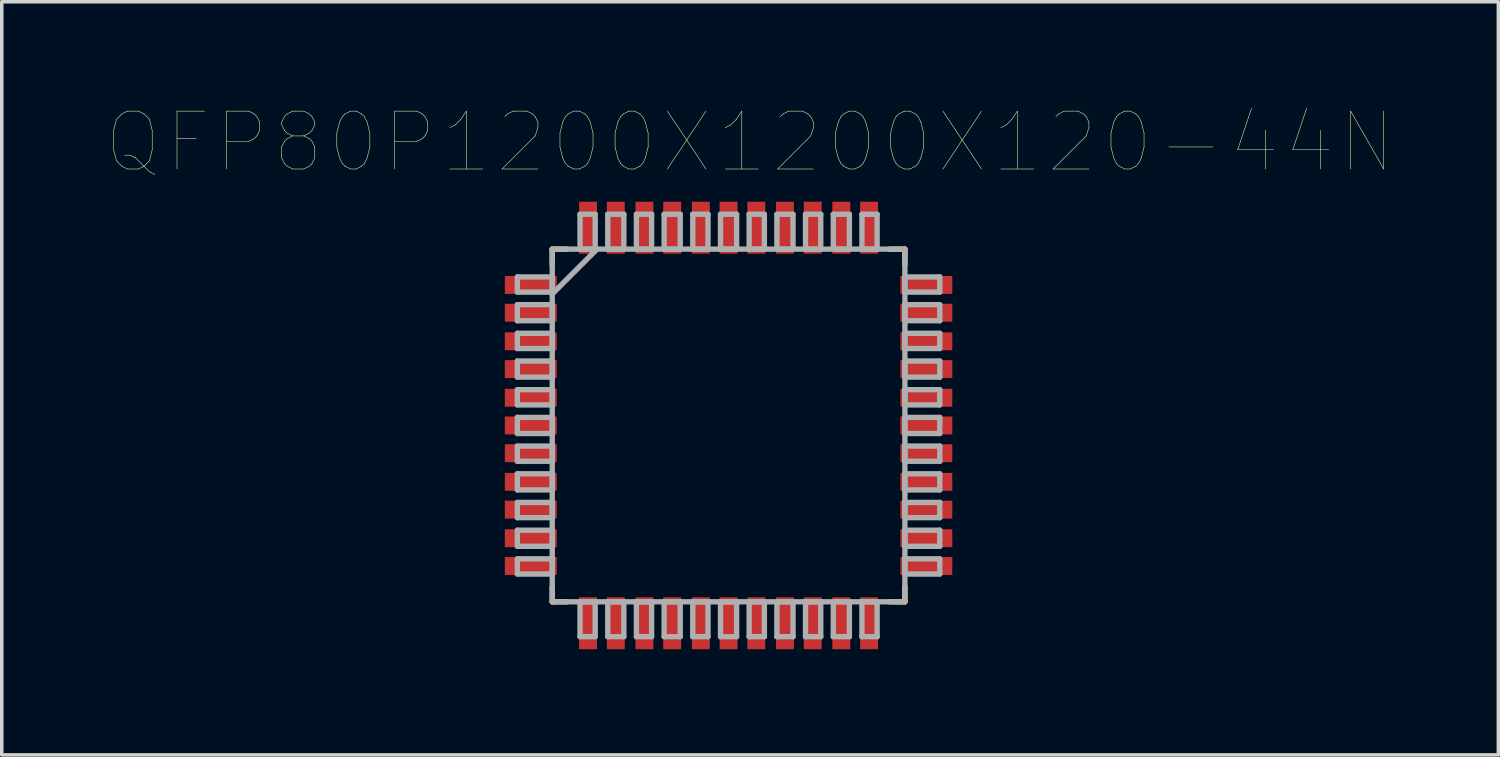
<source format=kicad_pcb>
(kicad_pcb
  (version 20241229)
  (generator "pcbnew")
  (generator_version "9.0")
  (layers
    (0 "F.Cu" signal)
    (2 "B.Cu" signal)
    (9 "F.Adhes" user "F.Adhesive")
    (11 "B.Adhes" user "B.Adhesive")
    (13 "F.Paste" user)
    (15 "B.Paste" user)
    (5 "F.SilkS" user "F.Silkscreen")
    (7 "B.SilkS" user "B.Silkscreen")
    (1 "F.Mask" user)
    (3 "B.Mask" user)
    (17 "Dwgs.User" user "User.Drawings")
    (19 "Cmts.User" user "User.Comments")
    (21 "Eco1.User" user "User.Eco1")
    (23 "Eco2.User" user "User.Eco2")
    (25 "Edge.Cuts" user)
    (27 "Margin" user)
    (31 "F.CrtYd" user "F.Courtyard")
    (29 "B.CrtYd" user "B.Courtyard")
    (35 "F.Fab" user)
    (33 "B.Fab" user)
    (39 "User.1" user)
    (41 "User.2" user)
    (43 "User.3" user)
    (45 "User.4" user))
  (footprint "QFP80P1200X1200X120-44N"
    (layer "F.Cu")
    (at 17.627 9.025)
    (property "Reference" "QFP80P1200X1200X120-44N" (at 0.61 -8.038 0) (layer "F.SilkS") (effects (font (size 1.642 1.642) (thickness 0.015))))
    (attr through_hole)
    (fp_line (start -5.004 -5.004) (end -5.004 -4.572) (stroke (width 0.152) (type solid)) (layer "F.SilkS"))
    (fp_line (start -5.004 4.572) (end -5.004 5.004) (stroke (width 0.152) (type solid)) (layer "F.SilkS"))
    (fp_line (start -5.004 5.004) (end -4.572 5.004) (stroke (width 0.152) (type solid)) (layer "F.SilkS"))
    (fp_line (start -4.572 -5.004) (end -5.004 -5.004) (stroke (width 0.152) (type solid)) (layer "F.SilkS"))
    (fp_line (start 4.572 5.004) (end 5.004 5.004) (stroke (width 0.152) (type solid)) (layer "F.SilkS"))
    (fp_line (start 5.004 -5.004) (end 4.572 -5.004) (stroke (width 0.152) (type solid)) (layer "F.SilkS"))
    (fp_line (start 5.004 -4.572) (end 5.004 -5.004) (stroke (width 0.152) (type solid)) (layer "F.SilkS"))
    (fp_line (start 5.004 5.004) (end 5.004 4.572) (stroke (width 0.152) (type solid)) (layer "F.SilkS"))
    (fp_line (start -5.994 -4.216) (end -5.994 -3.785) (stroke (width 0.152) (type solid)) (layer "F.Fab"))
    (fp_line (start -5.994 -3.785) (end -5.004 -3.785) (stroke (width 0.152) (type solid)) (layer "F.Fab"))
    (fp_line (start -5.994 -3.429) (end -5.994 -2.972) (stroke (width 0.152) (type solid)) (layer "F.Fab"))
    (fp_line (start -5.994 -2.972) (end -5.004 -2.972) (stroke (width 0.152) (type solid)) (layer "F.Fab"))
    (fp_line (start -5.994 -2.616) (end -5.994 -2.184) (stroke (width 0.152) (type solid)) (layer "F.Fab"))
    (fp_line (start -5.994 -2.184) (end -5.004 -2.184) (stroke (width 0.152) (type solid)) (layer "F.Fab"))
    (fp_line (start -5.994 -1.829) (end -5.994 -1.372) (stroke (width 0.152) (type solid)) (layer "F.Fab"))
    (fp_line (start -5.994 -1.372) (end -5.004 -1.372) (stroke (width 0.152) (type solid)) (layer "F.Fab"))
    (fp_line (start -5.994 -1.016) (end -5.994 -0.584) (stroke (width 0.152) (type solid)) (layer "F.Fab"))
    (fp_line (start -5.994 -0.584) (end -5.004 -0.584) (stroke (width 0.152) (type solid)) (layer "F.Fab"))
    (fp_line (start -5.994 -0.229) (end -5.994 0.229) (stroke (width 0.152) (type solid)) (layer "F.Fab"))
    (fp_line (start -5.994 0.229) (end -5.004 0.229) (stroke (width 0.152) (type solid)) (layer "F.Fab"))
    (fp_line (start -5.994 0.584) (end -5.994 1.016) (stroke (width 0.152) (type solid)) (layer "F.Fab"))
    (fp_line (start -5.994 1.016) (end -5.004 1.016) (stroke (width 0.152) (type solid)) (layer "F.Fab"))
    (fp_line (start -5.994 1.372) (end -5.994 1.829) (stroke (width 0.152) (type solid)) (layer "F.Fab"))
    (fp_line (start -5.994 1.829) (end -5.004 1.829) (stroke (width 0.152) (type solid)) (layer "F.Fab"))
    (fp_line (start -5.994 2.184) (end -5.994 2.616) (stroke (width 0.152) (type solid)) (layer "F.Fab"))
    (fp_line (start -5.994 2.616) (end -5.004 2.616) (stroke (width 0.152) (type solid)) (layer "F.Fab"))
    (fp_line (start -5.994 2.972) (end -5.994 3.429) (stroke (width 0.152) (type solid)) (layer "F.Fab"))
    (fp_line (start -5.994 3.429) (end -5.004 3.429) (stroke (width 0.152) (type solid)) (layer "F.Fab"))
    (fp_line (start -5.994 3.785) (end -5.994 4.216) (stroke (width 0.152) (type solid)) (layer "F.Fab"))
    (fp_line (start -5.994 4.216) (end -5.004 4.216) (stroke (width 0.152) (type solid)) (layer "F.Fab"))
    (fp_line (start -5.004 -5.004) (end -5.004 5.004) (stroke (width 0.152) (type solid)) (layer "F.Fab"))
    (fp_line (start -5.004 -4.216) (end -5.994 -4.216) (stroke (width 0.152) (type solid)) (layer "F.Fab"))
    (fp_line (start -5.004 -3.785) (end -5.004 -4.216) (stroke (width 0.152) (type solid)) (layer "F.Fab"))
    (fp_line (start -5.004 -3.734) (end -3.734 -5.004) (stroke (width 0.152) (type solid)) (layer "F.Fab"))
    (fp_line (start -5.004 -3.429) (end -5.994 -3.429) (stroke (width 0.152) (type solid)) (layer "F.Fab"))
    (fp_line (start -5.004 -2.972) (end -5.004 -3.429) (stroke (width 0.152) (type solid)) (layer "F.Fab"))
    (fp_line (start -5.004 -2.616) (end -5.994 -2.616) (stroke (width 0.152) (type solid)) (layer "F.Fab"))
    (fp_line (start -5.004 -2.184) (end -5.004 -2.616) (stroke (width 0.152) (type solid)) (layer "F.Fab"))
    (fp_line (start -5.004 -1.829) (end -5.994 -1.829) (stroke (width 0.152) (type solid)) (layer "F.Fab"))
    (fp_line (start -5.004 -1.372) (end -5.004 -1.829) (stroke (width 0.152) (type solid)) (layer "F.Fab"))
    (fp_line (start -5.004 -1.016) (end -5.994 -1.016) (stroke (width 0.152) (type solid)) (layer "F.Fab"))
    (fp_line (start -5.004 -0.584) (end -5.004 -1.016) (stroke (width 0.152) (type solid)) (layer "F.Fab"))
    (fp_line (start -5.004 -0.229) (end -5.994 -0.229) (stroke (width 0.152) (type solid)) (layer "F.Fab"))
    (fp_line (start -5.004 0.229) (end -5.004 -0.229) (stroke (width 0.152) (type solid)) (layer "F.Fab"))
    (fp_line (start -5.004 0.584) (end -5.994 0.584) (stroke (width 0.152) (type solid)) (layer "F.Fab"))
    (fp_line (start -5.004 1.016) (end -5.004 0.584) (stroke (width 0.152) (type solid)) (layer "F.Fab"))
    (fp_line (start -5.004 1.372) (end -5.994 1.372) (stroke (width 0.152) (type solid)) (layer "F.Fab"))
    (fp_line (start -5.004 1.829) (end -5.004 1.372) (stroke (width 0.152) (type solid)) (layer "F.Fab"))
    (fp_line (start -5.004 2.184) (end -5.994 2.184) (stroke (width 0.152) (type solid)) (layer "F.Fab"))
    (fp_line (start -5.004 2.616) (end -5.004 2.184) (stroke (width 0.152) (type solid)) (layer "F.Fab"))
    (fp_line (start -5.004 2.972) (end -5.994 2.972) (stroke (width 0.152) (type solid)) (layer "F.Fab"))
    (fp_line (start -5.004 3.429) (end -5.004 2.972) (stroke (width 0.152) (type solid)) (layer "F.Fab"))
    (fp_line (start -5.004 3.785) (end -5.994 3.785) (stroke (width 0.152) (type solid)) (layer "F.Fab"))
    (fp_line (start -5.004 4.216) (end -5.004 3.785) (stroke (width 0.152) (type solid)) (layer "F.Fab"))
    (fp_line (start -5.004 5.004) (end 5.004 5.004) (stroke (width 0.152) (type solid)) (layer "F.Fab"))
    (fp_line (start -4.216 -5.994) (end -4.216 -5.004) (stroke (width 0.152) (type solid)) (layer "F.Fab"))
    (fp_line (start -4.216 -5.004) (end -3.785 -5.004) (stroke (width 0.152) (type solid)) (layer "F.Fab"))
    (fp_line (start -4.216 5.004) (end -4.216 5.994) (stroke (width 0.152) (type solid)) (layer "F.Fab"))
    (fp_line (start -4.216 5.994) (end -3.785 5.994) (stroke (width 0.152) (type solid)) (layer "F.Fab"))
    (fp_line (start -3.785 -5.994) (end -4.216 -5.994) (stroke (width 0.152) (type solid)) (layer "F.Fab"))
    (fp_line (start -3.785 -5.004) (end -3.785 -5.994) (stroke (width 0.152) (type solid)) (layer "F.Fab"))
    (fp_line (start -3.785 5.004) (end -4.216 5.004) (stroke (width 0.152) (type solid)) (layer "F.Fab"))
    (fp_line (start -3.785 5.994) (end -3.785 5.004) (stroke (width 0.152) (type solid)) (layer "F.Fab"))
    (fp_line (start -3.429 -5.994) (end -3.429 -5.004) (stroke (width 0.152) (type solid)) (layer "F.Fab"))
    (fp_line (start -3.429 -5.004) (end -2.972 -5.004) (stroke (width 0.152) (type solid)) (layer "F.Fab"))
    (fp_line (start -3.429 5.004) (end -3.429 5.994) (stroke (width 0.152) (type solid)) (layer "F.Fab"))
    (fp_line (start -3.429 5.994) (end -2.972 5.994) (stroke (width 0.152) (type solid)) (layer "F.Fab"))
    (fp_line (start -2.972 -5.994) (end -3.429 -5.994) (stroke (width 0.152) (type solid)) (layer "F.Fab"))
    (fp_line (start -2.972 -5.004) (end -2.972 -5.994) (stroke (width 0.152) (type solid)) (layer "F.Fab"))
    (fp_line (start -2.972 5.004) (end -3.429 5.004) (stroke (width 0.152) (type solid)) (layer "F.Fab"))
    (fp_line (start -2.972 5.994) (end -2.972 5.004) (stroke (width 0.152) (type solid)) (layer "F.Fab"))
    (fp_line (start -2.616 -5.994) (end -2.616 -5.004) (stroke (width 0.152) (type solid)) (layer "F.Fab"))
    (fp_line (start -2.616 -5.004) (end -2.184 -5.004) (stroke (width 0.152) (type solid)) (layer "F.Fab"))
    (fp_line (start -2.616 5.004) (end -2.616 5.994) (stroke (width 0.152) (type solid)) (layer "F.Fab"))
    (fp_line (start -2.616 5.994) (end -2.184 5.994) (stroke (width 0.152) (type solid)) (layer "F.Fab"))
    (fp_line (start -2.184 -5.994) (end -2.616 -5.994) (stroke (width 0.152) (type solid)) (layer "F.Fab"))
    (fp_line (start -2.184 -5.004) (end -2.184 -5.994) (stroke (width 0.152) (type solid)) (layer "F.Fab"))
    (fp_line (start -2.184 5.004) (end -2.616 5.004) (stroke (width 0.152) (type solid)) (layer "F.Fab"))
    (fp_line (start -2.184 5.994) (end -2.184 5.004) (stroke (width 0.152) (type solid)) (layer "F.Fab"))
    (fp_line (start -1.829 -5.994) (end -1.829 -5.004) (stroke (width 0.152) (type solid)) (layer "F.Fab"))
    (fp_line (start -1.829 -5.004) (end -1.372 -5.004) (stroke (width 0.152) (type solid)) (layer "F.Fab"))
    (fp_line (start -1.829 5.004) (end -1.829 5.994) (stroke (width 0.152) (type solid)) (layer "F.Fab"))
    (fp_line (start -1.829 5.994) (end -1.372 5.994) (stroke (width 0.152) (type solid)) (layer "F.Fab"))
    (fp_line (start -1.372 -5.994) (end -1.829 -5.994) (stroke (width 0.152) (type solid)) (layer "F.Fab"))
    (fp_line (start -1.372 -5.004) (end -1.372 -5.994) (stroke (width 0.152) (type solid)) (layer "F.Fab"))
    (fp_line (start -1.372 5.004) (end -1.829 5.004) (stroke (width 0.152) (type solid)) (layer "F.Fab"))
    (fp_line (start -1.372 5.994) (end -1.372 5.004) (stroke (width 0.152) (type solid)) (layer "F.Fab"))
    (fp_line (start -1.016 -5.994) (end -1.016 -5.004) (stroke (width 0.152) (type solid)) (layer "F.Fab"))
    (fp_line (start -1.016 -5.004) (end -0.584 -5.004) (stroke (width 0.152) (type solid)) (layer "F.Fab"))
    (fp_line (start -1.016 5.004) (end -1.016 5.994) (stroke (width 0.152) (type solid)) (layer "F.Fab"))
    (fp_line (start -1.016 5.994) (end -0.584 5.994) (stroke (width 0.152) (type solid)) (layer "F.Fab"))
    (fp_line (start -0.584 -5.994) (end -1.016 -5.994) (stroke (width 0.152) (type solid)) (layer "F.Fab"))
    (fp_line (start -0.584 -5.004) (end -0.584 -5.994) (stroke (width 0.152) (type solid)) (layer "F.Fab"))
    (fp_line (start -0.584 5.004) (end -1.016 5.004) (stroke (width 0.152) (type solid)) (layer "F.Fab"))
    (fp_line (start -0.584 5.994) (end -0.584 5.004) (stroke (width 0.152) (type solid)) (layer "F.Fab"))
    (fp_line (start -0.229 -5.994) (end -0.229 -5.004) (stroke (width 0.152) (type solid)) (layer "F.Fab"))
    (fp_line (start -0.229 -5.004) (end 0.229 -5.004) (stroke (width 0.152) (type solid)) (layer "F.Fab"))
    (fp_line (start -0.229 5.004) (end -0.229 5.994) (stroke (width 0.152) (type solid)) (layer "F.Fab"))
    (fp_line (start -0.229 5.994) (end 0.229 5.994) (stroke (width 0.152) (type solid)) (layer "F.Fab"))
    (fp_line (start 0.229 -5.994) (end -0.229 -5.994) (stroke (width 0.152) (type solid)) (layer "F.Fab"))
    (fp_line (start 0.229 -5.004) (end 0.229 -5.994) (stroke (width 0.152) (type solid)) (layer "F.Fab"))
    (fp_line (start 0.229 5.004) (end -0.229 5.004) (stroke (width 0.152) (type solid)) (layer "F.Fab"))
    (fp_line (start 0.229 5.994) (end 0.229 5.004) (stroke (width 0.152) (type solid)) (layer "F.Fab"))
    (fp_line (start 0.584 -5.994) (end 0.584 -5.004) (stroke (width 0.152) (type solid)) (layer "F.Fab"))
    (fp_line (start 0.584 -5.004) (end 1.016 -5.004) (stroke (width 0.152) (type solid)) (layer "F.Fab"))
    (fp_line (start 0.584 5.004) (end 0.584 5.994) (stroke (width 0.152) (type solid)) (layer "F.Fab"))
    (fp_line (start 0.584 5.994) (end 1.016 5.994) (stroke (width 0.152) (type solid)) (layer "F.Fab"))
    (fp_line (start 1.016 -5.994) (end 0.584 -5.994) (stroke (width 0.152) (type solid)) (layer "F.Fab"))
    (fp_line (start 1.016 -5.004) (end 1.016 -5.994) (stroke (width 0.152) (type solid)) (layer "F.Fab"))
    (fp_line (start 1.016 5.004) (end 0.584 5.004) (stroke (width 0.152) (type solid)) (layer "F.Fab"))
    (fp_line (start 1.016 5.994) (end 1.016 5.004) (stroke (width 0.152) (type solid)) (layer "F.Fab"))
    (fp_line (start 1.372 -5.994) (end 1.372 -5.004) (stroke (width 0.152) (type solid)) (layer "F.Fab"))
    (fp_line (start 1.372 -5.004) (end 1.829 -5.004) (stroke (width 0.152) (type solid)) (layer "F.Fab"))
    (fp_line (start 1.372 5.004) (end 1.372 5.994) (stroke (width 0.152) (type solid)) (layer "F.Fab"))
    (fp_line (start 1.372 5.994) (end 1.829 5.994) (stroke (width 0.152) (type solid)) (layer "F.Fab"))
    (fp_line (start 1.829 -5.994) (end 1.372 -5.994) (stroke (width 0.152) (type solid)) (layer "F.Fab"))
    (fp_line (start 1.829 -5.004) (end 1.829 -5.994) (stroke (width 0.152) (type solid)) (layer "F.Fab"))
    (fp_line (start 1.829 5.004) (end 1.372 5.004) (stroke (width 0.152) (type solid)) (layer "F.Fab"))
    (fp_line (start 1.829 5.994) (end 1.829 5.004) (stroke (width 0.152) (type solid)) (layer "F.Fab"))
    (fp_line (start 2.184 -5.994) (end 2.184 -5.004) (stroke (width 0.152) (type solid)) (layer "F.Fab"))
    (fp_line (start 2.184 -5.004) (end 2.616 -5.004) (stroke (width 0.152) (type solid)) (layer "F.Fab"))
    (fp_line (start 2.184 5.004) (end 2.184 5.994) (stroke (width 0.152) (type solid)) (layer "F.Fab"))
    (fp_line (start 2.184 5.994) (end 2.616 5.994) (stroke (width 0.152) (type solid)) (layer "F.Fab"))
    (fp_line (start 2.616 -5.994) (end 2.184 -5.994) (stroke (width 0.152) (type solid)) (layer "F.Fab"))
    (fp_line (start 2.616 -5.004) (end 2.616 -5.994) (stroke (width 0.152) (type solid)) (layer "F.Fab"))
    (fp_line (start 2.616 5.004) (end 2.184 5.004) (stroke (width 0.152) (type solid)) (layer "F.Fab"))
    (fp_line (start 2.616 5.994) (end 2.616 5.004) (stroke (width 0.152) (type solid)) (layer "F.Fab"))
    (fp_line (start 2.972 -5.994) (end 2.972 -5.004) (stroke (width 0.152) (type solid)) (layer "F.Fab"))
    (fp_line (start 2.972 -5.004) (end 3.429 -5.004) (stroke (width 0.152) (type solid)) (layer "F.Fab"))
    (fp_line (start 2.972 5.004) (end 2.972 5.994) (stroke (width 0.152) (type solid)) (layer "F.Fab"))
    (fp_line (start 2.972 5.994) (end 3.429 5.994) (stroke (width 0.152) (type solid)) (layer "F.Fab"))
    (fp_line (start 3.429 -5.994) (end 2.972 -5.994) (stroke (width 0.152) (type solid)) (layer "F.Fab"))
    (fp_line (start 3.429 -5.004) (end 3.429 -5.994) (stroke (width 0.152) (type solid)) (layer "F.Fab"))
    (fp_line (start 3.429 5.004) (end 2.972 5.004) (stroke (width 0.152) (type solid)) (layer "F.Fab"))
    (fp_line (start 3.429 5.994) (end 3.429 5.004) (stroke (width 0.152) (type solid)) (layer "F.Fab"))
    (fp_line (start 3.785 -5.994) (end 3.785 -5.004) (stroke (width 0.152) (type solid)) (layer "F.Fab"))
    (fp_line (start 3.785 -5.004) (end 4.216 -5.004) (stroke (width 0.152) (type solid)) (layer "F.Fab"))
    (fp_line (start 3.785 5.004) (end 3.785 5.994) (stroke (width 0.152) (type solid)) (layer "F.Fab"))
    (fp_line (start 3.785 5.994) (end 4.216 5.994) (stroke (width 0.152) (type solid)) (layer "F.Fab"))
    (fp_line (start 4.216 -5.994) (end 3.785 -5.994) (stroke (width 0.152) (type solid)) (layer "F.Fab"))
    (fp_line (start 4.216 -5.004) (end 4.216 -5.994) (stroke (width 0.152) (type solid)) (layer "F.Fab"))
    (fp_line (start 4.216 5.004) (end 3.785 5.004) (stroke (width 0.152) (type solid)) (layer "F.Fab"))
    (fp_line (start 4.216 5.994) (end 4.216 5.004) (stroke (width 0.152) (type solid)) (layer "F.Fab"))
    (fp_line (start 5.004 -5.004) (end -5.004 -5.004) (stroke (width 0.152) (type solid)) (layer "F.Fab"))
    (fp_line (start 5.004 -4.216) (end 5.004 -3.785) (stroke (width 0.152) (type solid)) (layer "F.Fab"))
    (fp_line (start 5.004 -3.785) (end 5.994 -3.785) (stroke (width 0.152) (type solid)) (layer "F.Fab"))
    (fp_line (start 5.004 -3.429) (end 5.004 -2.972) (stroke (width 0.152) (type solid)) (layer "F.Fab"))
    (fp_line (start 5.004 -2.972) (end 5.994 -2.972) (stroke (width 0.152) (type solid)) (layer "F.Fab"))
    (fp_line (start 5.004 -2.616) (end 5.004 -2.184) (stroke (width 0.152) (type solid)) (layer "F.Fab"))
    (fp_line (start 5.004 -2.184) (end 5.994 -2.184) (stroke (width 0.152) (type solid)) (layer "F.Fab"))
    (fp_line (start 5.004 -1.829) (end 5.004 -1.372) (stroke (width 0.152) (type solid)) (layer "F.Fab"))
    (fp_line (start 5.004 -1.372) (end 5.994 -1.372) (stroke (width 0.152) (type solid)) (layer "F.Fab"))
    (fp_line (start 5.004 -1.016) (end 5.004 -0.584) (stroke (width 0.152) (type solid)) (layer "F.Fab"))
    (fp_line (start 5.004 -0.584) (end 5.994 -0.584) (stroke (width 0.152) (type solid)) (layer "F.Fab"))
    (fp_line (start 5.004 -0.229) (end 5.004 0.229) (stroke (width 0.152) (type solid)) (layer "F.Fab"))
    (fp_line (start 5.004 0.229) (end 5.994 0.229) (stroke (width 0.152) (type solid)) (layer "F.Fab"))
    (fp_line (start 5.004 0.584) (end 5.004 1.016) (stroke (width 0.152) (type solid)) (layer "F.Fab"))
    (fp_line (start 5.004 1.016) (end 5.994 1.016) (stroke (width 0.152) (type solid)) (layer "F.Fab"))
    (fp_line (start 5.004 1.372) (end 5.004 1.829) (stroke (width 0.152) (type solid)) (layer "F.Fab"))
    (fp_line (start 5.004 1.829) (end 5.994 1.829) (stroke (width 0.152) (type solid)) (layer "F.Fab"))
    (fp_line (start 5.004 2.184) (end 5.004 2.616) (stroke (width 0.152) (type solid)) (layer "F.Fab"))
    (fp_line (start 5.004 2.616) (end 5.994 2.616) (stroke (width 0.152) (type solid)) (layer "F.Fab"))
    (fp_line (start 5.004 2.972) (end 5.004 3.429) (stroke (width 0.152) (type solid)) (layer "F.Fab"))
    (fp_line (start 5.004 3.429) (end 5.994 3.429) (stroke (width 0.152) (type solid)) (layer "F.Fab"))
    (fp_line (start 5.004 3.785) (end 5.004 4.216) (stroke (width 0.152) (type solid)) (layer "F.Fab"))
    (fp_line (start 5.004 4.216) (end 5.994 4.216) (stroke (width 0.152) (type solid)) (layer "F.Fab"))
    (fp_line (start 5.004 5.004) (end 5.004 -5.004) (stroke (width 0.152) (type solid)) (layer "F.Fab"))
    (fp_line (start 5.994 -4.216) (end 5.004 -4.216) (stroke (width 0.152) (type solid)) (layer "F.Fab"))
    (fp_line (start 5.994 -3.785) (end 5.994 -4.216) (stroke (width 0.152) (type solid)) (layer "F.Fab"))
    (fp_line (start 5.994 -3.429) (end 5.004 -3.429) (stroke (width 0.152) (type solid)) (layer "F.Fab"))
    (fp_line (start 5.994 -2.972) (end 5.994 -3.429) (stroke (width 0.152) (type solid)) (layer "F.Fab"))
    (fp_line (start 5.994 -2.616) (end 5.004 -2.616) (stroke (width 0.152) (type solid)) (layer "F.Fab"))
    (fp_line (start 5.994 -2.184) (end 5.994 -2.616) (stroke (width 0.152) (type solid)) (layer "F.Fab"))
    (fp_line (start 5.994 -1.829) (end 5.004 -1.829) (stroke (width 0.152) (type solid)) (layer "F.Fab"))
    (fp_line (start 5.994 -1.372) (end 5.994 -1.829) (stroke (width 0.152) (type solid)) (layer "F.Fab"))
    (fp_line (start 5.994 -1.016) (end 5.004 -1.016) (stroke (width 0.152) (type solid)) (layer "F.Fab"))
    (fp_line (start 5.994 -0.584) (end 5.994 -1.016) (stroke (width 0.152) (type solid)) (layer "F.Fab"))
    (fp_line (start 5.994 -0.229) (end 5.004 -0.229) (stroke (width 0.152) (type solid)) (layer "F.Fab"))
    (fp_line (start 5.994 0.229) (end 5.994 -0.229) (stroke (width 0.152) (type solid)) (layer "F.Fab"))
    (fp_line (start 5.994 0.584) (end 5.004 0.584) (stroke (width 0.152) (type solid)) (layer "F.Fab"))
    (fp_line (start 5.994 1.016) (end 5.994 0.584) (stroke (width 0.152) (type solid)) (layer "F.Fab"))
    (fp_line (start 5.994 1.372) (end 5.004 1.372) (stroke (width 0.152) (type solid)) (layer "F.Fab"))
    (fp_line (start 5.994 1.829) (end 5.994 1.372) (stroke (width 0.152) (type solid)) (layer "F.Fab"))
    (fp_line (start 5.994 2.184) (end 5.004 2.184) (stroke (width 0.152) (type solid)) (layer "F.Fab"))
    (fp_line (start 5.994 2.616) (end 5.994 2.184) (stroke (width 0.152) (type solid)) (layer "F.Fab"))
    (fp_line (start 5.994 2.972) (end 5.004 2.972) (stroke (width 0.152) (type solid)) (layer "F.Fab"))
    (fp_line (start 5.994 3.429) (end 5.994 2.972) (stroke (width 0.152) (type solid)) (layer "F.Fab"))
    (fp_line (start 5.994 3.785) (end 5.004 3.785) (stroke (width 0.152) (type solid)) (layer "F.Fab"))
    (fp_line (start 5.994 4.216) (end 5.994 3.785) (stroke (width 0.152) (type solid)) (layer "F.Fab"))
    (pad "1" smd rect (at -5.613 -3.988) (size 1.473 0.508) (layers "F.Cu" "F.Mask" "F.Paste"))
    (pad "2" smd rect (at -5.613 -3.2) (size 1.473 0.508) (layers "F.Cu" "F.Mask" "F.Paste"))
    (pad "3" smd rect (at -5.613 -2.388) (size 1.473 0.508) (layers "F.Cu" "F.Mask" "F.Paste"))
    (pad "4" smd rect (at -5.613 -1.6) (size 1.473 0.508) (layers "F.Cu" "F.Mask" "F.Paste"))
    (pad "5" smd rect (at -5.613 -0.787) (size 1.473 0.508) (layers "F.Cu" "F.Mask" "F.Paste"))
    (pad "6" smd rect (at -5.613 0) (size 1.473 0.508) (layers "F.Cu" "F.Mask" "F.Paste"))
    (pad "7" smd rect (at -5.613 0.787) (size 1.473 0.508) (layers "F.Cu" "F.Mask" "F.Paste"))
    (pad "8" smd rect (at -5.613 1.6) (size 1.473 0.508) (layers "F.Cu" "F.Mask" "F.Paste"))
    (pad "9" smd rect (at -5.613 2.388) (size 1.473 0.508) (layers "F.Cu" "F.Mask" "F.Paste"))
    (pad "10" smd rect (at -5.613 3.2) (size 1.473 0.508) (layers "F.Cu" "F.Mask" "F.Paste"))
    (pad "11" smd rect (at -5.613 3.988) (size 1.473 0.508) (layers "F.Cu" "F.Mask" "F.Paste"))
    (pad "12" smd rect (at -3.988 5.613) (size 0.508 1.473) (layers "F.Cu" "F.Mask" "F.Paste"))
    (pad "13" smd rect (at -3.2 5.613) (size 0.508 1.473) (layers "F.Cu" "F.Mask" "F.Paste"))
    (pad "14" smd rect (at -2.388 5.613) (size 0.508 1.473) (layers "F.Cu" "F.Mask" "F.Paste"))
    (pad "15" smd rect (at -1.6 5.613) (size 0.508 1.473) (layers "F.Cu" "F.Mask" "F.Paste"))
    (pad "16" smd rect (at -0.787 5.613) (size 0.508 1.473) (layers "F.Cu" "F.Mask" "F.Paste"))
    (pad "17" smd rect (at 0 5.613) (size 0.508 1.473) (layers "F.Cu" "F.Mask" "F.Paste"))
    (pad "18" smd rect (at 0.787 5.613) (size 0.508 1.473) (layers "F.Cu" "F.Mask" "F.Paste"))
    (pad "19" smd rect (at 1.6 5.613) (size 0.508 1.473) (layers "F.Cu" "F.Mask" "F.Paste"))
    (pad "20" smd rect (at 2.388 5.613) (size 0.508 1.473) (layers "F.Cu" "F.Mask" "F.Paste"))
    (pad "21" smd rect (at 3.2 5.613) (size 0.508 1.473) (layers "F.Cu" "F.Mask" "F.Paste"))
    (pad "22" smd rect (at 3.988 5.613) (size 0.508 1.473) (layers "F.Cu" "F.Mask" "F.Paste"))
    (pad "23" smd rect (at 5.613 3.988) (size 1.473 0.508) (layers "F.Cu" "F.Mask" "F.Paste"))
    (pad "24" smd rect (at 5.613 3.2) (size 1.473 0.508) (layers "F.Cu" "F.Mask" "F.Paste"))
    (pad "25" smd rect (at 5.613 2.388) (size 1.473 0.508) (layers "F.Cu" "F.Mask" "F.Paste"))
    (pad "26" smd rect (at 5.613 1.6) (size 1.473 0.508) (layers "F.Cu" "F.Mask" "F.Paste"))
    (pad "27" smd rect (at 5.613 0.787) (size 1.473 0.508) (layers "F.Cu" "F.Mask" "F.Paste"))
    (pad "28" smd rect (at 5.613 0) (size 1.473 0.508) (layers "F.Cu" "F.Mask" "F.Paste"))
    (pad "29" smd rect (at 5.613 -0.787) (size 1.473 0.508) (layers "F.Cu" "F.Mask" "F.Paste"))
    (pad "30" smd rect (at 5.613 -1.6) (size 1.473 0.508) (layers "F.Cu" "F.Mask" "F.Paste"))
    (pad "31" smd rect (at 5.613 -2.388) (size 1.473 0.508) (layers "F.Cu" "F.Mask" "F.Paste"))
    (pad "32" smd rect (at 5.613 -3.2) (size 1.473 0.508) (layers "F.Cu" "F.Mask" "F.Paste"))
    (pad "33" smd rect (at 5.613 -3.988) (size 1.473 0.508) (layers "F.Cu" "F.Mask" "F.Paste"))
    (pad "34" smd rect (at 3.988 -5.613) (size 0.508 1.473) (layers "F.Cu" "F.Mask" "F.Paste"))
    (pad "35" smd rect (at 3.2 -5.613) (size 0.508 1.473) (layers "F.Cu" "F.Mask" "F.Paste"))
    (pad "36" smd rect (at 2.388 -5.613) (size 0.508 1.473) (layers "F.Cu" "F.Mask" "F.Paste"))
    (pad "37" smd rect (at 1.6 -5.613) (size 0.508 1.473) (layers "F.Cu" "F.Mask" "F.Paste"))
    (pad "38" smd rect (at 0.787 -5.613) (size 0.508 1.473) (layers "F.Cu" "F.Mask" "F.Paste"))
    (pad "39" smd rect (at 0 -5.613) (size 0.508 1.473) (layers "F.Cu" "F.Mask" "F.Paste"))
    (pad "40" smd rect (at -0.787 -5.613) (size 0.508 1.473) (layers "F.Cu" "F.Mask" "F.Paste"))
    (pad "41" smd rect (at -1.6 -5.613) (size 0.508 1.473) (layers "F.Cu" "F.Mask" "F.Paste"))
    (pad "42" smd rect (at -2.388 -5.613) (size 0.508 1.473) (layers "F.Cu" "F.Mask" "F.Paste"))
    (pad "43" smd rect (at -3.2 -5.613) (size 0.508 1.473) (layers "F.Cu" "F.Mask" "F.Paste"))
    (pad "44" smd rect (at -3.988 -5.613) (size 0.508 1.473) (layers "F.Cu" "F.Mask" "F.Paste")))
  (gr_rect
    (start -3 -3)
    (end 39.474 18.375)
    (stroke (width 0.1) (type default))
    (fill no)
    (layer "Edge.Cuts")))
</source>
